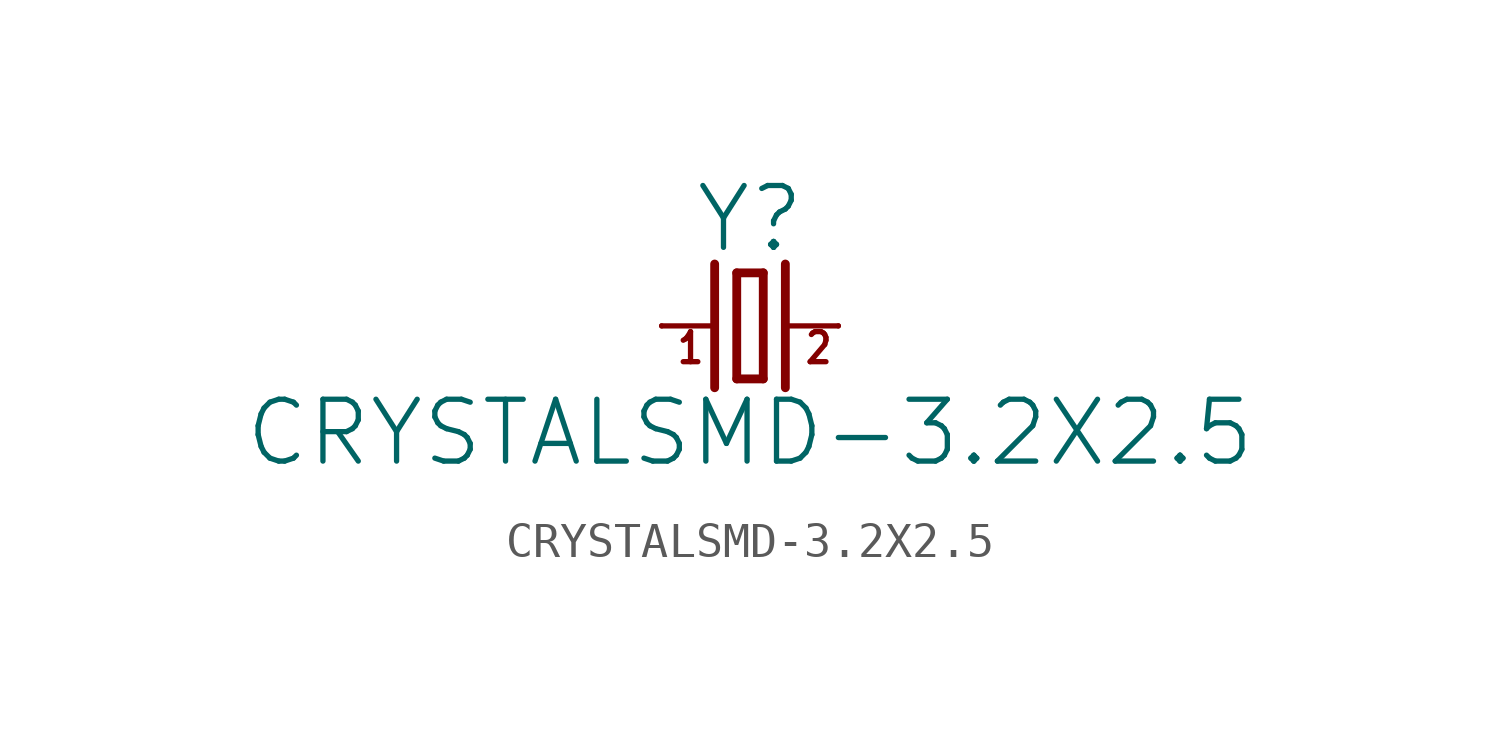
<source format=kicad_sym>
(kicad_symbol_lib
  (version 20211014)
  (generator kicad_symbol_editor)
  (symbol "CRYSTALSMD-3.2X2.5"
    (property "Reference" "Y"
      (at 0 2.032 0)
      (effects (font (size 1.778 1.778)) (justify bottom)))
    (property "Value" "CRYSTALSMD-3.2X2.5"
      (at 0 -2.032 0)
      (effects (font (size 1.778 1.778)) (justify top)))
    (property "ki_locked" ""
      (at 0 0 0)
      (effects (font (size 1.27 1.27))))
    (symbol "CRYSTALSMD-3.2X2.5_1_0"
      (polyline (pts (xy -2.54 0) (xy -1.016 0)) (stroke (width 0.152) (type default) (color 0 0 0 0)) (fill (type none)))
      (polyline (pts (xy -1.016 1.778) (xy -1.016 -1.778)) (stroke (width 0.254) (type default) (color 0 0 0 0)) (fill (type none)))
      (polyline (pts (xy -0.381 -1.524) (xy 0.381 -1.524)) (stroke (width 0.254) (type default) (color 0 0 0 0)) (fill (type none)))
      (polyline (pts (xy -0.381 1.524) (xy -0.381 -1.524)) (stroke (width 0.254) (type default) (color 0 0 0 0)) (fill (type none)))
      (polyline (pts (xy 0.381 -1.524) (xy 0.381 1.524)) (stroke (width 0.254) (type default) (color 0 0 0 0)) (fill (type none)))
      (polyline (pts (xy 0.381 1.524) (xy -0.381 1.524)) (stroke (width 0.254) (type default) (color 0 0 0 0)) (fill (type none)))
      (polyline (pts (xy 1.016 0) (xy 2.54 0)) (stroke (width 0.152) (type default) (color 0 0 0 0)) (fill (type none)))
      (polyline (pts (xy 1.016 1.778) (xy 1.016 -1.778)) (stroke (width 0.254) (type default) (color 0 0 0 0)) (fill (type none)))
      (text "1" (at -2.159 -1.143 0) (effects (font (size 0.864 0.734)) (justify left bottom)))
      (text "2" (at 1.524 -1.143 0) (effects (font (size 0.864 0.734)) (justify left bottom)))
      (pin passive line (at -2.54 0 0) (length 0) (name "1" (effects (font (size 0 0)))) (number "1" (effects (font (size 0 0)))))
      (pin passive line (at 2.54 0 180) (length 0) (name "2" (effects (font (size 0 0)))) (number "3" (effects (font (size 0 0))))))))
</source>
